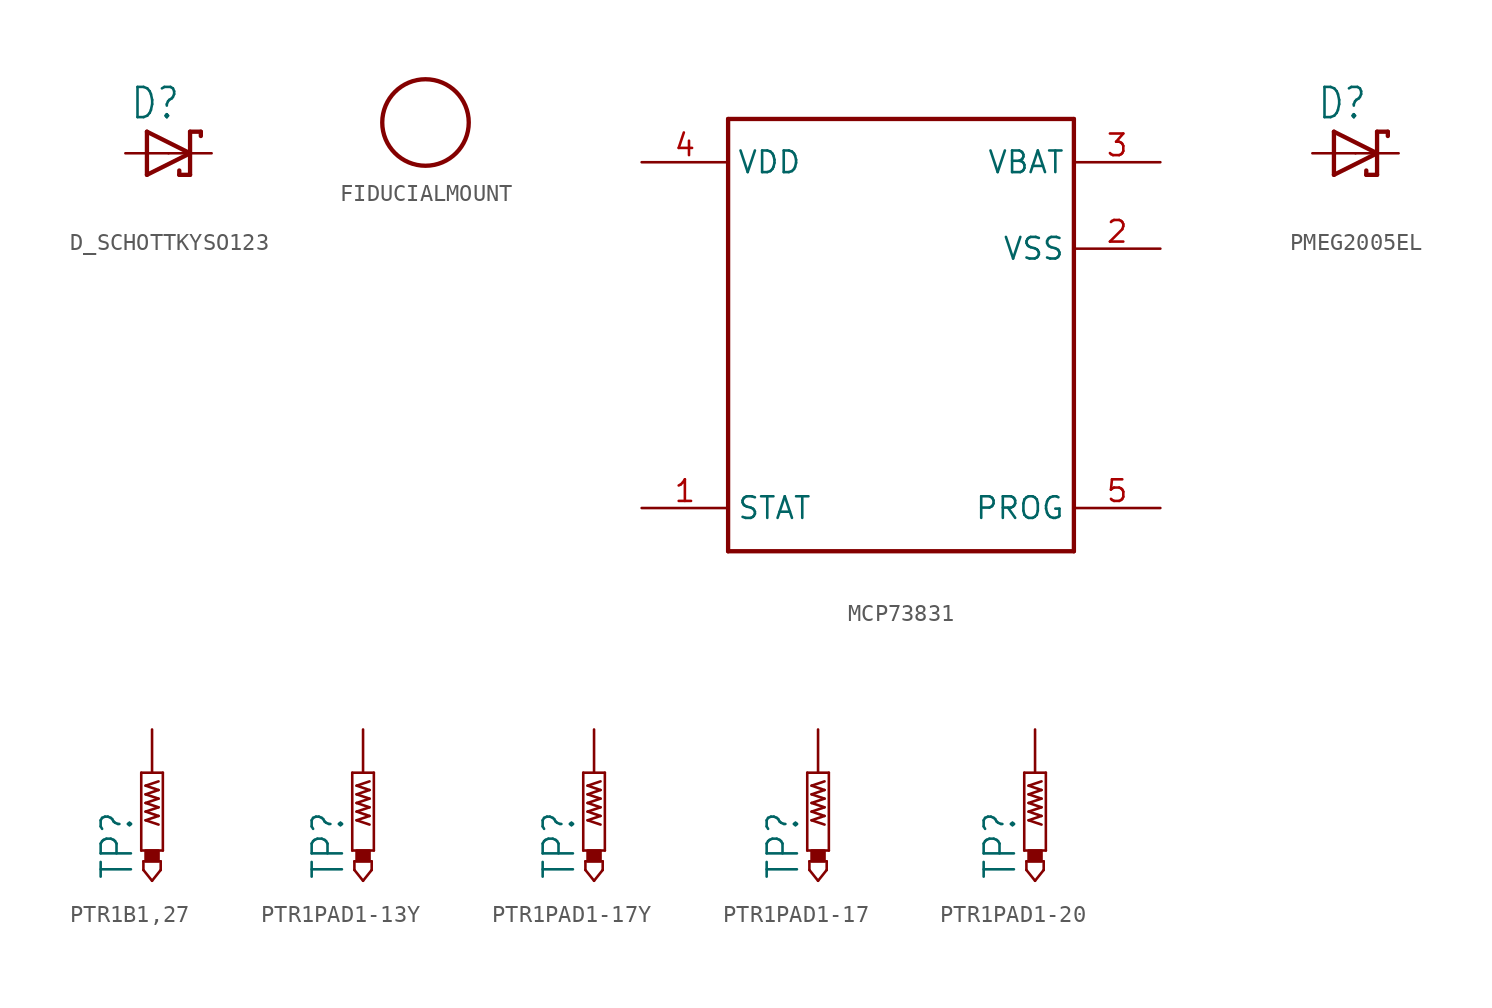
<source format=kicad_sym>
(kicad_symbol_lib
  (version 20231120)
  (generator "kicad_symbol_editor")
  (generator_version "8.0")
  (symbol "D_SCHOTTKYSO123"
    (property "Reference" "D"
      (at -2.286 1.905 0)
      (effects (font (size 1.778 1.511)) (justify left bottom)))
    (property "Value" ""
      (at -2.286 -3.429 0)
      (effects (font (size 1.778 1.511)) (justify left bottom)))
    (property "ki_locked" ""
      (at 0 0 0)
      (effects (font (size 1.27 1.27))))
    (symbol "D_SCHOTTKYSO123_1_0"
      (polyline (pts (xy -1.27 -1.27) (xy 1.27 0)) (stroke (width 0.254) (type solid)) (fill (type none)))
      (polyline (pts (xy -1.27 1.27) (xy -1.27 -1.27)) (stroke (width 0.254) (type solid)) (fill (type none)))
      (polyline (pts (xy 0.635 -1.016) (xy 0.635 -1.27)) (stroke (width 0.254) (type solid)) (fill (type none)))
      (polyline (pts (xy 1.27 -1.27) (xy 0.635 -1.27)) (stroke (width 0.254) (type solid)) (fill (type none)))
      (polyline (pts (xy 1.27 0) (xy -1.27 1.27)) (stroke (width 0.254) (type solid)) (fill (type none)))
      (polyline (pts (xy 1.27 0) (xy 1.27 -1.27)) (stroke (width 0.254) (type solid)) (fill (type none)))
      (polyline (pts (xy 1.27 1.27) (xy 1.27 0)) (stroke (width 0.254) (type solid)) (fill (type none)))
      (polyline (pts (xy 1.905 1.27) (xy 1.27 1.27)) (stroke (width 0.254) (type solid)) (fill (type none)))
      (polyline (pts (xy 1.905 1.27) (xy 1.905 1.016)) (stroke (width 0.254) (type solid)) (fill (type none)))
      (pin passive line (at -2.54 0 0) (length 2.54) (name "A" (effects (font (size 0 0)))) (number "A" (effects (font (size 0 0)))))
      (pin passive line (at 2.54 0 180) (length 2.54) (name "C" (effects (font (size 0 0)))) (number "C" (effects (font (size 0 0)))))))
  (symbol "FIDUCIALMOUNT"
    (property "Reference" ""
      (at 0 0 0)
      (effects (font (size 1.27 1.27)) (hide yes)))
    (property "ki_locked" ""
      (at 0 0 0)
      (effects (font (size 1.27 1.27))))
    (symbol "FIDUCIALMOUNT_1_0"
      (circle (center 0 0) (radius 2.54) (stroke (width 0.254) (type solid)) (fill (type none)))))
  (symbol "MCP73831"
    (property "Reference" ""
      (at -10.16 15.24 0)
      (effects (font (size 1.27 1.079)) (justify left bottom) (hide yes)))
    (property "Value" ""
      (at -10.16 12.7 0)
      (effects (font (size 1.27 1.079)) (justify left bottom)))
    (property "ki_locked" ""
      (at 0 0 0)
      (effects (font (size 1.27 1.27))))
    (symbol "MCP73831_1_0"
      (polyline (pts (xy -10.16 -12.7) (xy 10.16 -12.7)) (stroke (width 0.254) (type solid)) (fill (type none)))
      (polyline (pts (xy -10.16 12.7) (xy -10.16 -12.7)) (stroke (width 0.254) (type solid)) (fill (type none)))
      (polyline (pts (xy 10.16 -12.7) (xy 10.16 12.7)) (stroke (width 0.254) (type solid)) (fill (type none)))
      (polyline (pts (xy 10.16 12.7) (xy -10.16 12.7)) (stroke (width 0.254) (type solid)) (fill (type none)))
      (pin bidirectional line (at -15.24 -10.16 0) (length 5.08) (name "STAT" (effects (font (size 1.27 1.27)))) (number "1" (effects (font (size 1.27 1.27)))))
      (pin bidirectional line (at 15.24 5.08 180) (length 5.08) (name "VSS" (effects (font (size 1.27 1.27)))) (number "2" (effects (font (size 1.27 1.27)))))
      (pin bidirectional line (at 15.24 10.16 180) (length 5.08) (name "VBAT" (effects (font (size 1.27 1.27)))) (number "3" (effects (font (size 1.27 1.27)))))
      (pin bidirectional line (at -15.24 10.16 0) (length 5.08) (name "VDD" (effects (font (size 1.27 1.27)))) (number "4" (effects (font (size 1.27 1.27)))))
      (pin bidirectional line (at 15.24 -10.16 180) (length 5.08) (name "PROG" (effects (font (size 1.27 1.27)))) (number "5" (effects (font (size 1.27 1.27)))))))
  (symbol "PMEG2005EL"
    (property "Reference" "D"
      (at -2.286 1.905 0)
      (effects (font (size 1.778 1.511)) (justify left bottom)))
    (property "Value" ""
      (at -2.286 -3.429 0)
      (effects (font (size 1.778 1.511)) (justify left bottom)))
    (property "ki_locked" ""
      (at 0 0 0)
      (effects (font (size 1.27 1.27))))
    (symbol "PMEG2005EL_1_0"
      (polyline (pts (xy -1.27 -1.27) (xy 1.27 0)) (stroke (width 0.254) (type solid)) (fill (type none)))
      (polyline (pts (xy -1.27 1.27) (xy -1.27 -1.27)) (stroke (width 0.254) (type solid)) (fill (type none)))
      (polyline (pts (xy 0.635 -1.016) (xy 0.635 -1.27)) (stroke (width 0.254) (type solid)) (fill (type none)))
      (polyline (pts (xy 1.27 -1.27) (xy 0.635 -1.27)) (stroke (width 0.254) (type solid)) (fill (type none)))
      (polyline (pts (xy 1.27 0) (xy -1.27 1.27)) (stroke (width 0.254) (type solid)) (fill (type none)))
      (polyline (pts (xy 1.27 0) (xy 1.27 -1.27)) (stroke (width 0.254) (type solid)) (fill (type none)))
      (polyline (pts (xy 1.27 1.27) (xy 1.27 0)) (stroke (width 0.254) (type solid)) (fill (type none)))
      (polyline (pts (xy 1.905 1.27) (xy 1.27 1.27)) (stroke (width 0.254) (type solid)) (fill (type none)))
      (polyline (pts (xy 1.905 1.27) (xy 1.905 1.016)) (stroke (width 0.254) (type solid)) (fill (type none)))
      (pin passive line (at -2.54 0 0) (length 2.54) (name "A" (effects (font (size 0 0)))) (number "A" (effects (font (size 0 0)))))
      (pin passive line (at 2.54 0 180) (length 2.54) (name "C" (effects (font (size 0 0)))) (number "C" (effects (font (size 0 0)))))))
  (symbol "PTR1B1,27"
    (property "Reference" "TP"
      (at -1.016 -6.35 90)
      (effects (font (size 1.778 1.511)) (justify left bottom)))
    (property "ki_locked" ""
      (at 0 0 0)
      (effects (font (size 1.27 1.27))))
    (symbol "PTR1B1,27_1_0"
      (rectangle (start -0.381 -5.207) (end 0.381 -4.572) (stroke (width 0) (type default)) (fill (type outline)))
      (polyline (pts (xy -0.635 0) (xy -0.635 -4.572)) (stroke (width 0.152) (type solid)) (fill (type none)))
      (polyline (pts (xy -0.508 -5.715) (xy 0 -6.35)) (stroke (width 0.152) (type solid)) (fill (type none)))
      (polyline (pts (xy -0.508 -5.207) (xy -0.508 -5.715)) (stroke (width 0.152) (type solid)) (fill (type none)))
      (polyline (pts (xy -0.381 -2.794) (xy 0.381 -2.54)) (stroke (width 0.152) (type solid)) (fill (type none)))
      (polyline (pts (xy -0.381 -2.286) (xy 0.381 -2.032)) (stroke (width 0.152) (type solid)) (fill (type none)))
      (polyline (pts (xy -0.381 -1.778) (xy 0.381 -1.524)) (stroke (width 0.152) (type solid)) (fill (type none)))
      (polyline (pts (xy -0.381 -1.27) (xy 0.381 -1.016)) (stroke (width 0.152) (type solid)) (fill (type none)))
      (polyline (pts (xy -0.381 -0.762) (xy 0.381 -0.508)) (stroke (width 0.152) (type solid)) (fill (type none)))
      (polyline (pts (xy 0 -6.35) (xy 0.508 -5.715)) (stroke (width 0.152) (type solid)) (fill (type none)))
      (polyline (pts (xy 0.381 -3.048) (xy -0.381 -2.794)) (stroke (width 0.152) (type solid)) (fill (type none)))
      (polyline (pts (xy 0.381 -2.54) (xy -0.381 -2.286)) (stroke (width 0.152) (type solid)) (fill (type none)))
      (polyline (pts (xy 0.381 -2.032) (xy -0.381 -1.778)) (stroke (width 0.152) (type solid)) (fill (type none)))
      (polyline (pts (xy 0.381 -1.524) (xy -0.381 -1.27)) (stroke (width 0.152) (type solid)) (fill (type none)))
      (polyline (pts (xy 0.381 -1.016) (xy -0.381 -0.762)) (stroke (width 0.152) (type solid)) (fill (type none)))
      (polyline (pts (xy 0.508 -5.715) (xy 0.508 -5.207)) (stroke (width 0.152) (type solid)) (fill (type none)))
      (polyline (pts (xy 0.508 -5.207) (xy -0.508 -5.207)) (stroke (width 0.152) (type solid)) (fill (type none)))
      (polyline (pts (xy 0.635 -4.572) (xy -0.635 -4.572)) (stroke (width 0.152) (type solid)) (fill (type none)))
      (polyline (pts (xy 0.635 -4.572) (xy 0.635 0)) (stroke (width 0.152) (type solid)) (fill (type none)))
      (polyline (pts (xy 0.635 0) (xy -0.635 0)) (stroke (width 0.152) (type solid)) (fill (type none)))
      (pin input line (at 0 2.54 270) (length 2.54) (name "TP" (effects (font (size 0 0)))) (number "PP" (effects (font (size 0 0)))))))
  (symbol "PTR1PAD1-13Y"
    (property "Reference" "TP"
      (at -1.016 -6.35 90)
      (effects (font (size 1.778 1.511)) (justify left bottom)))
    (property "ki_locked" ""
      (at 0 0 0)
      (effects (font (size 1.27 1.27))))
    (symbol "PTR1PAD1-13Y_1_0"
      (rectangle (start -0.381 -5.207) (end 0.381 -4.572) (stroke (width 0) (type default)) (fill (type outline)))
      (polyline (pts (xy -0.635 0) (xy -0.635 -4.572)) (stroke (width 0.152) (type solid)) (fill (type none)))
      (polyline (pts (xy -0.508 -5.715) (xy 0 -6.35)) (stroke (width 0.152) (type solid)) (fill (type none)))
      (polyline (pts (xy -0.508 -5.207) (xy -0.508 -5.715)) (stroke (width 0.152) (type solid)) (fill (type none)))
      (polyline (pts (xy -0.381 -2.794) (xy 0.381 -2.54)) (stroke (width 0.152) (type solid)) (fill (type none)))
      (polyline (pts (xy -0.381 -2.286) (xy 0.381 -2.032)) (stroke (width 0.152) (type solid)) (fill (type none)))
      (polyline (pts (xy -0.381 -1.778) (xy 0.381 -1.524)) (stroke (width 0.152) (type solid)) (fill (type none)))
      (polyline (pts (xy -0.381 -1.27) (xy 0.381 -1.016)) (stroke (width 0.152) (type solid)) (fill (type none)))
      (polyline (pts (xy -0.381 -0.762) (xy 0.381 -0.508)) (stroke (width 0.152) (type solid)) (fill (type none)))
      (polyline (pts (xy 0 -6.35) (xy 0.508 -5.715)) (stroke (width 0.152) (type solid)) (fill (type none)))
      (polyline (pts (xy 0.381 -3.048) (xy -0.381 -2.794)) (stroke (width 0.152) (type solid)) (fill (type none)))
      (polyline (pts (xy 0.381 -2.54) (xy -0.381 -2.286)) (stroke (width 0.152) (type solid)) (fill (type none)))
      (polyline (pts (xy 0.381 -2.032) (xy -0.381 -1.778)) (stroke (width 0.152) (type solid)) (fill (type none)))
      (polyline (pts (xy 0.381 -1.524) (xy -0.381 -1.27)) (stroke (width 0.152) (type solid)) (fill (type none)))
      (polyline (pts (xy 0.381 -1.016) (xy -0.381 -0.762)) (stroke (width 0.152) (type solid)) (fill (type none)))
      (polyline (pts (xy 0.508 -5.715) (xy 0.508 -5.207)) (stroke (width 0.152) (type solid)) (fill (type none)))
      (polyline (pts (xy 0.508 -5.207) (xy -0.508 -5.207)) (stroke (width 0.152) (type solid)) (fill (type none)))
      (polyline (pts (xy 0.635 -4.572) (xy -0.635 -4.572)) (stroke (width 0.152) (type solid)) (fill (type none)))
      (polyline (pts (xy 0.635 -4.572) (xy 0.635 0)) (stroke (width 0.152) (type solid)) (fill (type none)))
      (polyline (pts (xy 0.635 0) (xy -0.635 0)) (stroke (width 0.152) (type solid)) (fill (type none)))
      (pin input line (at 0 2.54 270) (length 2.54) (name "TP" (effects (font (size 0 0)))) (number "1" (effects (font (size 0 0)))))))
  (symbol "PTR1PAD1-17Y"
    (property "Reference" "TP"
      (at -1.016 -6.35 90)
      (effects (font (size 1.778 1.511)) (justify left bottom)))
    (property "ki_locked" ""
      (at 0 0 0)
      (effects (font (size 1.27 1.27))))
    (symbol "PTR1PAD1-17Y_1_0"
      (rectangle (start -0.381 -5.207) (end 0.381 -4.572) (stroke (width 0) (type default)) (fill (type outline)))
      (polyline (pts (xy -0.635 0) (xy -0.635 -4.572)) (stroke (width 0.152) (type solid)) (fill (type none)))
      (polyline (pts (xy -0.508 -5.715) (xy 0 -6.35)) (stroke (width 0.152) (type solid)) (fill (type none)))
      (polyline (pts (xy -0.508 -5.207) (xy -0.508 -5.715)) (stroke (width 0.152) (type solid)) (fill (type none)))
      (polyline (pts (xy -0.381 -2.794) (xy 0.381 -2.54)) (stroke (width 0.152) (type solid)) (fill (type none)))
      (polyline (pts (xy -0.381 -2.286) (xy 0.381 -2.032)) (stroke (width 0.152) (type solid)) (fill (type none)))
      (polyline (pts (xy -0.381 -1.778) (xy 0.381 -1.524)) (stroke (width 0.152) (type solid)) (fill (type none)))
      (polyline (pts (xy -0.381 -1.27) (xy 0.381 -1.016)) (stroke (width 0.152) (type solid)) (fill (type none)))
      (polyline (pts (xy -0.381 -0.762) (xy 0.381 -0.508)) (stroke (width 0.152) (type solid)) (fill (type none)))
      (polyline (pts (xy 0 -6.35) (xy 0.508 -5.715)) (stroke (width 0.152) (type solid)) (fill (type none)))
      (polyline (pts (xy 0.381 -3.048) (xy -0.381 -2.794)) (stroke (width 0.152) (type solid)) (fill (type none)))
      (polyline (pts (xy 0.381 -2.54) (xy -0.381 -2.286)) (stroke (width 0.152) (type solid)) (fill (type none)))
      (polyline (pts (xy 0.381 -2.032) (xy -0.381 -1.778)) (stroke (width 0.152) (type solid)) (fill (type none)))
      (polyline (pts (xy 0.381 -1.524) (xy -0.381 -1.27)) (stroke (width 0.152) (type solid)) (fill (type none)))
      (polyline (pts (xy 0.381 -1.016) (xy -0.381 -0.762)) (stroke (width 0.152) (type solid)) (fill (type none)))
      (polyline (pts (xy 0.508 -5.715) (xy 0.508 -5.207)) (stroke (width 0.152) (type solid)) (fill (type none)))
      (polyline (pts (xy 0.508 -5.207) (xy -0.508 -5.207)) (stroke (width 0.152) (type solid)) (fill (type none)))
      (polyline (pts (xy 0.635 -4.572) (xy -0.635 -4.572)) (stroke (width 0.152) (type solid)) (fill (type none)))
      (polyline (pts (xy 0.635 -4.572) (xy 0.635 0)) (stroke (width 0.152) (type solid)) (fill (type none)))
      (polyline (pts (xy 0.635 0) (xy -0.635 0)) (stroke (width 0.152) (type solid)) (fill (type none)))
      (pin input line (at 0 2.54 270) (length 2.54) (name "TP" (effects (font (size 0 0)))) (number "1" (effects (font (size 0 0)))))))
  (symbol "PTR1PAD1-17"
    (property "Reference" "TP"
      (at -1.016 -6.35 90)
      (effects (font (size 1.778 1.511)) (justify left bottom)))
    (property "ki_locked" ""
      (at 0 0 0)
      (effects (font (size 1.27 1.27))))
    (symbol "PTR1PAD1-17_1_0"
      (rectangle (start -0.381 -5.207) (end 0.381 -4.572) (stroke (width 0) (type default)) (fill (type outline)))
      (polyline (pts (xy -0.635 0) (xy -0.635 -4.572)) (stroke (width 0.152) (type solid)) (fill (type none)))
      (polyline (pts (xy -0.508 -5.715) (xy 0 -6.35)) (stroke (width 0.152) (type solid)) (fill (type none)))
      (polyline (pts (xy -0.508 -5.207) (xy -0.508 -5.715)) (stroke (width 0.152) (type solid)) (fill (type none)))
      (polyline (pts (xy -0.381 -2.794) (xy 0.381 -2.54)) (stroke (width 0.152) (type solid)) (fill (type none)))
      (polyline (pts (xy -0.381 -2.286) (xy 0.381 -2.032)) (stroke (width 0.152) (type solid)) (fill (type none)))
      (polyline (pts (xy -0.381 -1.778) (xy 0.381 -1.524)) (stroke (width 0.152) (type solid)) (fill (type none)))
      (polyline (pts (xy -0.381 -1.27) (xy 0.381 -1.016)) (stroke (width 0.152) (type solid)) (fill (type none)))
      (polyline (pts (xy -0.381 -0.762) (xy 0.381 -0.508)) (stroke (width 0.152) (type solid)) (fill (type none)))
      (polyline (pts (xy 0 -6.35) (xy 0.508 -5.715)) (stroke (width 0.152) (type solid)) (fill (type none)))
      (polyline (pts (xy 0.381 -3.048) (xy -0.381 -2.794)) (stroke (width 0.152) (type solid)) (fill (type none)))
      (polyline (pts (xy 0.381 -2.54) (xy -0.381 -2.286)) (stroke (width 0.152) (type solid)) (fill (type none)))
      (polyline (pts (xy 0.381 -2.032) (xy -0.381 -1.778)) (stroke (width 0.152) (type solid)) (fill (type none)))
      (polyline (pts (xy 0.381 -1.524) (xy -0.381 -1.27)) (stroke (width 0.152) (type solid)) (fill (type none)))
      (polyline (pts (xy 0.381 -1.016) (xy -0.381 -0.762)) (stroke (width 0.152) (type solid)) (fill (type none)))
      (polyline (pts (xy 0.508 -5.715) (xy 0.508 -5.207)) (stroke (width 0.152) (type solid)) (fill (type none)))
      (polyline (pts (xy 0.508 -5.207) (xy -0.508 -5.207)) (stroke (width 0.152) (type solid)) (fill (type none)))
      (polyline (pts (xy 0.635 -4.572) (xy -0.635 -4.572)) (stroke (width 0.152) (type solid)) (fill (type none)))
      (polyline (pts (xy 0.635 -4.572) (xy 0.635 0)) (stroke (width 0.152) (type solid)) (fill (type none)))
      (polyline (pts (xy 0.635 0) (xy -0.635 0)) (stroke (width 0.152) (type solid)) (fill (type none)))
      (pin input line (at 0 2.54 270) (length 2.54) (name "TP" (effects (font (size 0 0)))) (number "1" (effects (font (size 0 0)))))))
  (symbol "PTR1PAD1-20"
    (property "Reference" "TP"
      (at -1.016 -6.35 90)
      (effects (font (size 1.778 1.511)) (justify left bottom)))
    (property "ki_locked" ""
      (at 0 0 0)
      (effects (font (size 1.27 1.27))))
    (symbol "PTR1PAD1-20_1_0"
      (rectangle (start -0.381 -5.207) (end 0.381 -4.572) (stroke (width 0) (type default)) (fill (type outline)))
      (polyline (pts (xy -0.635 0) (xy -0.635 -4.572)) (stroke (width 0.152) (type solid)) (fill (type none)))
      (polyline (pts (xy -0.508 -5.715) (xy 0 -6.35)) (stroke (width 0.152) (type solid)) (fill (type none)))
      (polyline (pts (xy -0.508 -5.207) (xy -0.508 -5.715)) (stroke (width 0.152) (type solid)) (fill (type none)))
      (polyline (pts (xy -0.381 -2.794) (xy 0.381 -2.54)) (stroke (width 0.152) (type solid)) (fill (type none)))
      (polyline (pts (xy -0.381 -2.286) (xy 0.381 -2.032)) (stroke (width 0.152) (type solid)) (fill (type none)))
      (polyline (pts (xy -0.381 -1.778) (xy 0.381 -1.524)) (stroke (width 0.152) (type solid)) (fill (type none)))
      (polyline (pts (xy -0.381 -1.27) (xy 0.381 -1.016)) (stroke (width 0.152) (type solid)) (fill (type none)))
      (polyline (pts (xy -0.381 -0.762) (xy 0.381 -0.508)) (stroke (width 0.152) (type solid)) (fill (type none)))
      (polyline (pts (xy 0 -6.35) (xy 0.508 -5.715)) (stroke (width 0.152) (type solid)) (fill (type none)))
      (polyline (pts (xy 0.381 -3.048) (xy -0.381 -2.794)) (stroke (width 0.152) (type solid)) (fill (type none)))
      (polyline (pts (xy 0.381 -2.54) (xy -0.381 -2.286)) (stroke (width 0.152) (type solid)) (fill (type none)))
      (polyline (pts (xy 0.381 -2.032) (xy -0.381 -1.778)) (stroke (width 0.152) (type solid)) (fill (type none)))
      (polyline (pts (xy 0.381 -1.524) (xy -0.381 -1.27)) (stroke (width 0.152) (type solid)) (fill (type none)))
      (polyline (pts (xy 0.381 -1.016) (xy -0.381 -0.762)) (stroke (width 0.152) (type solid)) (fill (type none)))
      (polyline (pts (xy 0.508 -5.715) (xy 0.508 -5.207)) (stroke (width 0.152) (type solid)) (fill (type none)))
      (polyline (pts (xy 0.508 -5.207) (xy -0.508 -5.207)) (stroke (width 0.152) (type solid)) (fill (type none)))
      (polyline (pts (xy 0.635 -4.572) (xy -0.635 -4.572)) (stroke (width 0.152) (type solid)) (fill (type none)))
      (polyline (pts (xy 0.635 -4.572) (xy 0.635 0)) (stroke (width 0.152) (type solid)) (fill (type none)))
      (polyline (pts (xy 0.635 0) (xy -0.635 0)) (stroke (width 0.152) (type solid)) (fill (type none)))
      (pin input line (at 0 2.54 270) (length 2.54) (name "TP" (effects (font (size 0 0)))) (number "1" (effects (font (size 0 0))))))))
</source>
